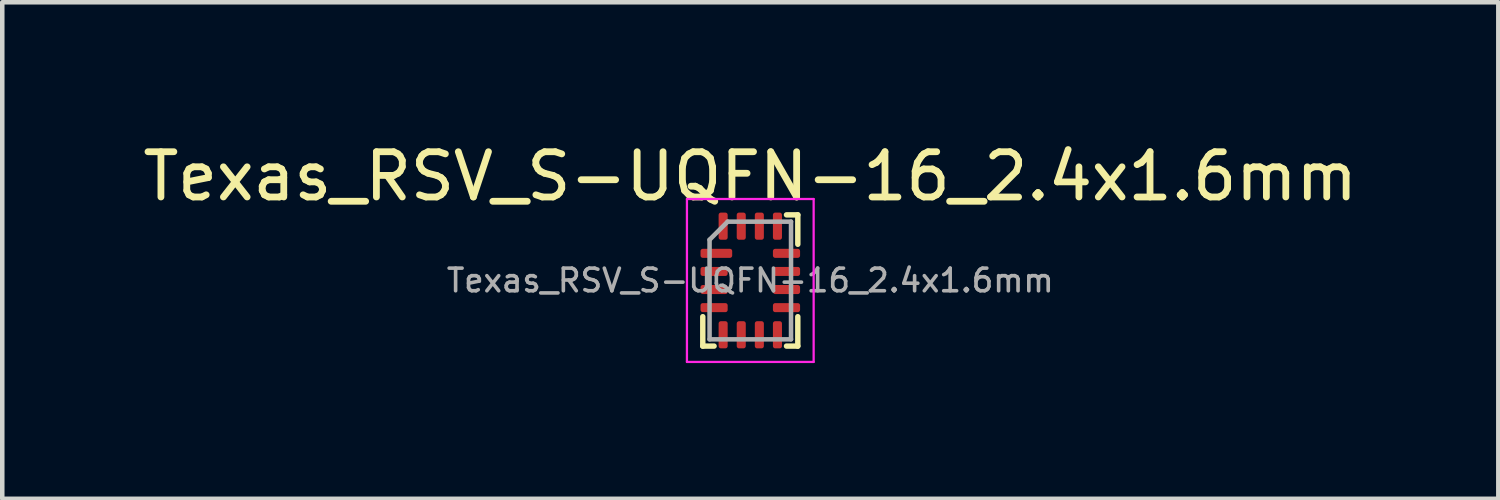
<source format=kicad_pcb>
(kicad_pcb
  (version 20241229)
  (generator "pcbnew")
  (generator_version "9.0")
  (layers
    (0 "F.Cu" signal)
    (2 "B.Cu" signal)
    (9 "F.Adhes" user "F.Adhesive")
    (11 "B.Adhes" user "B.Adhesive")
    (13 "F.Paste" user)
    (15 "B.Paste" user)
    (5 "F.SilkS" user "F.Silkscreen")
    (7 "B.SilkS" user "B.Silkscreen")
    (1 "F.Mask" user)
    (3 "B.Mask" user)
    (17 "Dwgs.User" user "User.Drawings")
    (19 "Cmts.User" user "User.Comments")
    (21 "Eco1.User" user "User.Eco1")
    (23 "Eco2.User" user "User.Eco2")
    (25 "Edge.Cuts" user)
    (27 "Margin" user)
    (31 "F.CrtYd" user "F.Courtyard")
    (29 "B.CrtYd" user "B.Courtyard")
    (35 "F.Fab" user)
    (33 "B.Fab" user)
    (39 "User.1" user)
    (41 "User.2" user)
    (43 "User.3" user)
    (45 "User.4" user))
  (footprint "Texas_RSV_S-UQFN-16_2.4x1.6mm"
    (layer "F.Cu")
    (at 13.53 3.148)
    (property "Reference" "Texas_RSV_S-UQFN-16_2.4x1.6mm" (at 0 -2.3 0) (layer "F.SilkS") (effects (font (size 1 1) (thickness 0.15))))
    (attr smd)
    (fp_line (start -1.05 1.45) (end -1.05 0.8) (stroke (width 0.12) (type solid)) (layer "F.SilkS"))
    (fp_line (start -0.8 1.45) (end -1.05 1.45) (stroke (width 0.12) (type solid)) (layer "F.SilkS"))
    (fp_line (start 0.8 -1.45) (end 1.05 -1.45) (stroke (width 0.12) (type solid)) (layer "F.SilkS"))
    (fp_line (start 0.8 1.45) (end 1.05 1.45) (stroke (width 0.12) (type solid)) (layer "F.SilkS"))
    (fp_line (start 1.05 -0.8) (end 1.05 -1.45) (stroke (width 0.12) (type solid)) (layer "F.SilkS"))
    (fp_line (start 1.05 1.45) (end 1.05 0.8) (stroke (width 0.12) (type solid)) (layer "F.SilkS"))
    (fp_line (start -1.4 -1.8) (end -1.4 1.8) (stroke (width 0.05) (type solid)) (layer "F.CrtYd"))
    (fp_line (start -1.4 1.8) (end 1.4 1.8) (stroke (width 0.05) (type solid)) (layer "F.CrtYd"))
    (fp_line (start 1.4 -1.8) (end -1.4 -1.8) (stroke (width 0.05) (type solid)) (layer "F.CrtYd"))
    (fp_line (start 1.4 1.8) (end 1.4 -1.8) (stroke (width 0.05) (type solid)) (layer "F.CrtYd"))
    (fp_line (start -0.9 -0.9) (end -0.5 -1.3) (stroke (width 0.1) (type solid)) (layer "F.Fab"))
    (fp_line (start -0.9 1.3) (end -0.9 -0.9) (stroke (width 0.1) (type solid)) (layer "F.Fab"))
    (fp_line (start -0.5 -1.3) (end 0.9 -1.3) (stroke (width 0.1) (type solid)) (layer "F.Fab"))
    (fp_line (start 0.9 -1.3) (end 0.9 1.3) (stroke (width 0.1) (type solid)) (layer "F.Fab"))
    (fp_line (start 0.9 1.3) (end -0.9 1.3) (stroke (width 0.1) (type solid)) (layer "F.Fab"))
    (fp_text user "${REFERENCE}" (at 0 0 0) (layer "F.Fab") (effects (font (size 0.5 0.5) (thickness 0.08))))
    (pad "1" smd roundrect (at -0.75 -0.6) (size 0.7 0.2) (layers "F.Cu" "F.Mask" "F.Paste") (roundrect_rratio 0.25))
    (pad "2" smd roundrect (at -0.8 -0.2) (size 0.6 0.2) (layers "F.Cu" "F.Mask" "F.Paste") (roundrect_rratio 0.25))
    (pad "3" smd roundrect (at -0.8 0.2) (size 0.6 0.2) (layers "F.Cu" "F.Mask" "F.Paste") (roundrect_rratio 0.25))
    (pad "4" smd roundrect (at -0.8 0.6) (size 0.6 0.2) (layers "F.Cu" "F.Mask" "F.Paste") (roundrect_rratio 0.25))
    (pad "5" smd roundrect (at -0.6 1.2) (size 0.2 0.6) (layers "F.Cu" "F.Mask" "F.Paste") (roundrect_rratio 0.25))
    (pad "6" smd roundrect (at -0.2 1.2) (size 0.2 0.6) (layers "F.Cu" "F.Mask" "F.Paste") (roundrect_rratio 0.25))
    (pad "7" smd roundrect (at 0.2 1.2) (size 0.2 0.6) (layers "F.Cu" "F.Mask" "F.Paste") (roundrect_rratio 0.25))
    (pad "8" smd roundrect (at 0.6 1.2) (size 0.2 0.6) (layers "F.Cu" "F.Mask" "F.Paste") (roundrect_rratio 0.25))
    (pad "9" smd roundrect (at 0.8 0.6) (size 0.6 0.2) (layers "F.Cu" "F.Mask" "F.Paste") (roundrect_rratio 0.25))
    (pad "10" smd roundrect (at 0.8 0.2) (size 0.6 0.2) (layers "F.Cu" "F.Mask" "F.Paste") (roundrect_rratio 0.25))
    (pad "11" smd roundrect (at 0.8 -0.2) (size 0.6 0.2) (layers "F.Cu" "F.Mask" "F.Paste") (roundrect_rratio 0.25))
    (pad "12" smd roundrect (at 0.8 -0.6) (size 0.6 0.2) (layers "F.Cu" "F.Mask" "F.Paste") (roundrect_rratio 0.25))
    (pad "13" smd roundrect (at 0.6 -1.2) (size 0.2 0.6) (layers "F.Cu" "F.Mask" "F.Paste") (roundrect_rratio 0.25))
    (pad "14" smd roundrect (at 0.2 -1.2) (size 0.2 0.6) (layers "F.Cu" "F.Mask" "F.Paste") (roundrect_rratio 0.25))
    (pad "15" smd roundrect (at -0.2 -1.2) (size 0.2 0.6) (layers "F.Cu" "F.Mask" "F.Paste") (roundrect_rratio 0.25))
    (pad "16" smd roundrect (at -0.6 -1.2) (size 0.2 0.6) (layers "F.Cu" "F.Mask" "F.Paste") (roundrect_rratio 0.25)))
  (gr_rect
    (start -3 -3)
    (end 30.06 7.973)
    (stroke (width 0.1) (type default))
    (fill no)
    (layer "Edge.Cuts")))
</source>
